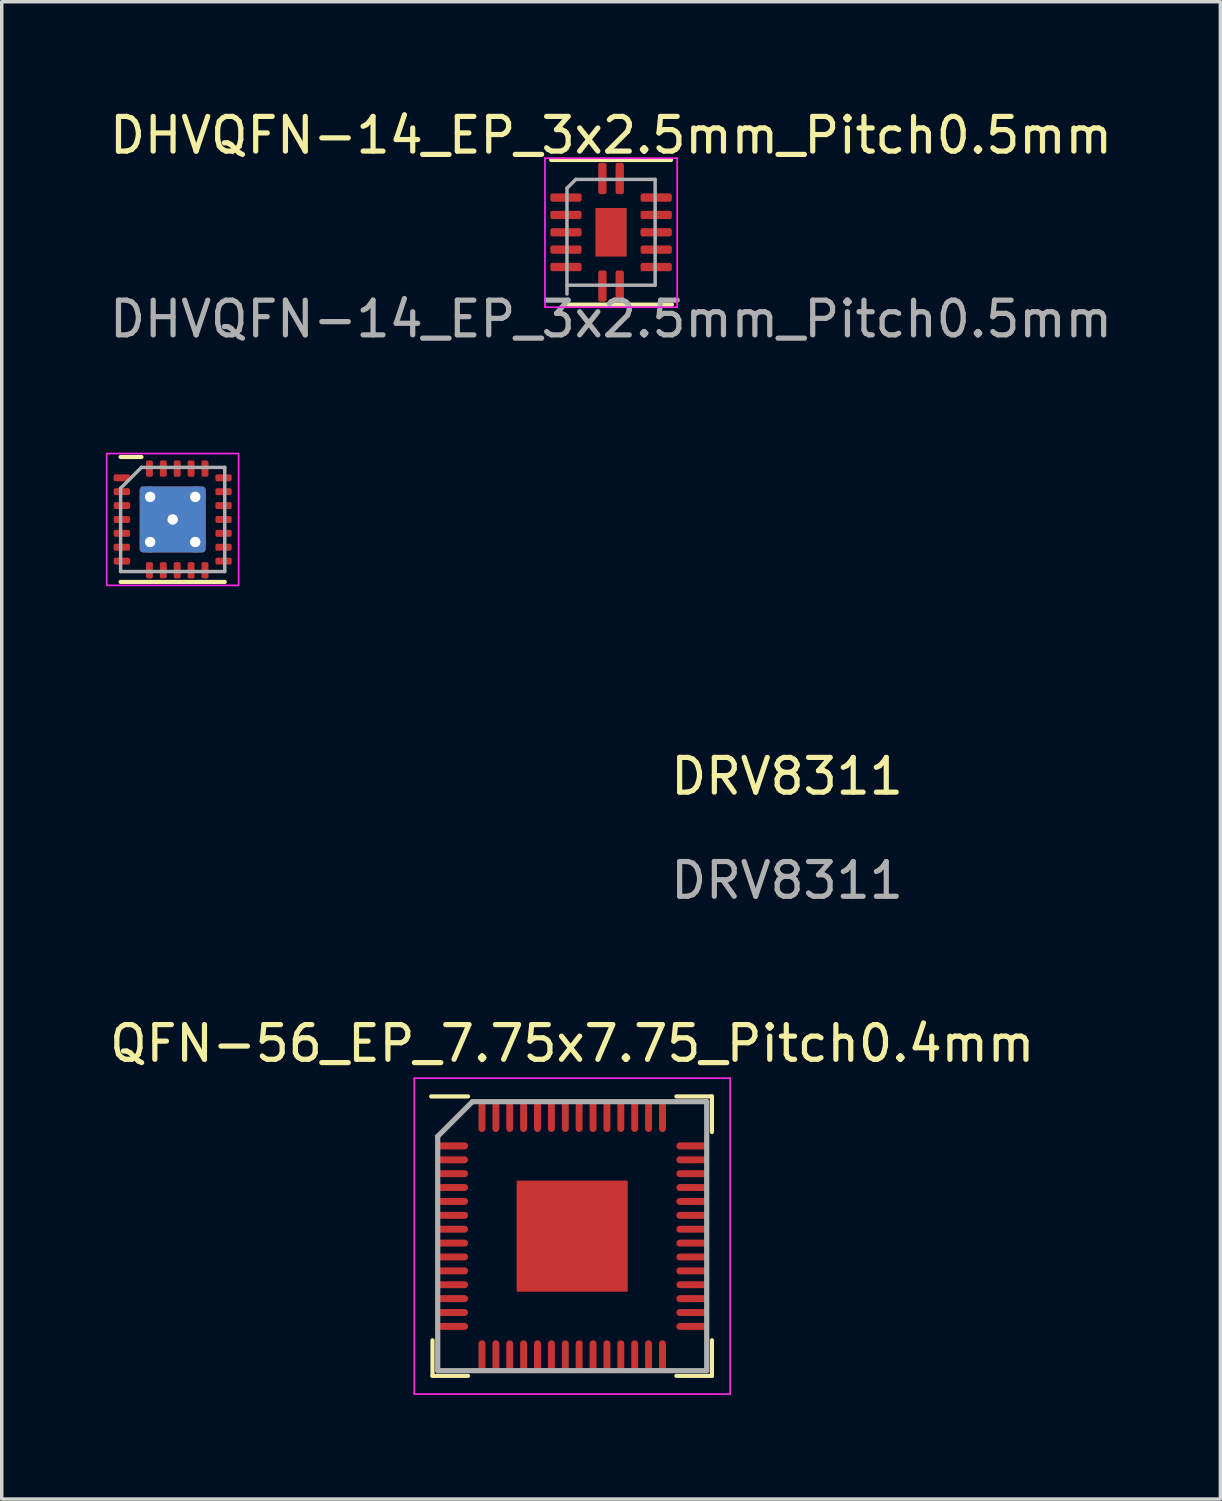
<source format=kicad_pcb>
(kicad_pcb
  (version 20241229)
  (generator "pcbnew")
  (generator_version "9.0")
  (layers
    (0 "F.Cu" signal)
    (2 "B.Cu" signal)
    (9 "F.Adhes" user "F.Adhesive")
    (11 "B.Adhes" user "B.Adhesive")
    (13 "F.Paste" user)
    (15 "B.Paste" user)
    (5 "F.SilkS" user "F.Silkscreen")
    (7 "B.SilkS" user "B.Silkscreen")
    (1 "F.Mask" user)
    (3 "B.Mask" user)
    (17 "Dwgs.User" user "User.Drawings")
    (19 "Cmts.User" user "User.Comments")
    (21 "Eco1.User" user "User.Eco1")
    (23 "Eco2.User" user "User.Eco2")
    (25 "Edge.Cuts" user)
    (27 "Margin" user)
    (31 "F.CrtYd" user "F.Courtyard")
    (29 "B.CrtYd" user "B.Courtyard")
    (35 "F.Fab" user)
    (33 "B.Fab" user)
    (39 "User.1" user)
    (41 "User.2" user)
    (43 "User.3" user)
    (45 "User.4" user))
  (footprint "DRV8311"
    (layer "F.Cu")
    (at 1.925 11.915)
    (property "Reference" "DRV8311" (at 17.7 7.4 0) (unlocked yes) (layer "F.SilkS") (effects (font (size 1 1) (thickness 0.15))))
    (attr smd)
    (fp_line (start -0.9 -1.8) (end -1.5 -1.8) (stroke (width 0.12) (type solid)) (layer "F.SilkS"))
    (fp_line (start 1.5 1.8) (end -1.5 1.8) (stroke (width 0.12) (type solid)) (layer "F.SilkS"))
    (fp_rect (start -1.9 -1.9) (end 1.9 1.9) (stroke (width 0.05) (type solid)) (fill no) (layer "F.CrtYd"))
    (fp_line (start -1.5 -0.9) (end -1.5 1.5) (stroke (width 0.1) (type solid)) (layer "F.Fab"))
    (fp_line (start -1.5 1.5) (end 1.5 1.5) (stroke (width 0.1) (type solid)) (layer "F.Fab"))
    (fp_line (start -0.9 -1.5) (end -1.5 -0.9) (stroke (width 0.1) (type solid)) (layer "F.Fab"))
    (fp_line (start 1.5 -1.5) (end -0.9 -1.5) (stroke (width 0.1) (type solid)) (layer "F.Fab"))
    (fp_line (start 1.5 1.5) (end 1.5 -1.5) (stroke (width 0.1) (type solid)) (layer "F.Fab"))
    (fp_text user "${REFERENCE}" (at 17.7 10.4 0) (unlocked yes) (layer "F.Fab") (effects (font (size 1 1) (thickness 0.15))))
    (pad "1" smd roundrect (at -1.465 -1.2) (size 0.47 0.2) (layers "F.Cu" "F.Mask" "F.Paste") (roundrect_rratio 0.25))
    (pad "2" smd roundrect (at -1.465 -0.8) (size 0.47 0.2) (layers "F.Cu" "F.Mask" "F.Paste") (roundrect_rratio 0.25))
    (pad "3" smd roundrect (at -1.465 -0.4) (size 0.47 0.2) (layers "F.Cu" "F.Mask" "F.Paste") (roundrect_rratio 0.25))
    (pad "4" smd roundrect (at -1.465 0) (size 0.47 0.2) (layers "F.Cu" "F.Mask" "F.Paste") (roundrect_rratio 0.25))
    (pad "5" smd roundrect (at -1.465 0.4) (size 0.47 0.2) (layers "F.Cu" "F.Mask" "F.Paste") (roundrect_rratio 0.25))
    (pad "6" smd roundrect (at -1.465 0.8) (size 0.47 0.2) (layers "F.Cu" "F.Mask" "F.Paste") (roundrect_rratio 0.25))
    (pad "7" smd roundrect (at -1.465 1.2) (size 0.47 0.2) (layers "F.Cu" "F.Mask" "F.Paste") (roundrect_rratio 0.25))
    (pad "8" smd roundrect (at -0.67 1.465 90) (size 0.47 0.2) (layers "F.Cu" "F.Mask" "F.Paste") (roundrect_rratio 0.25))
    (pad "9" smd roundrect (at -0.27 1.465 90) (size 0.47 0.2) (layers "F.Cu" "F.Mask" "F.Paste") (roundrect_rratio 0.25))
    (pad "10" smd roundrect (at 0.13 1.465 90) (size 0.47 0.2) (layers "F.Cu" "F.Mask" "F.Paste") (roundrect_rratio 0.25))
    (pad "11" smd roundrect (at 0.53 1.465 90) (size 0.47 0.2) (layers "F.Cu" "F.Mask" "F.Paste") (roundrect_rratio 0.25))
    (pad "12" smd roundrect (at 0.93 1.465 90) (size 0.47 0.2) (layers "F.Cu" "F.Mask" "F.Paste") (roundrect_rratio 0.25))
    (pad "13" smd roundrect (at 1.465 1.2) (size 0.47 0.2) (layers "F.Cu" "F.Mask" "F.Paste") (roundrect_rratio 0.25))
    (pad "14" smd roundrect (at 1.465 0.8) (size 0.47 0.2) (layers "F.Cu" "F.Mask" "F.Paste") (roundrect_rratio 0.25))
    (pad "15" smd roundrect (at 1.465 0.4) (size 0.47 0.2) (layers "F.Cu" "F.Mask" "F.Paste") (roundrect_rratio 0.25))
    (pad "16" smd roundrect (at 1.465 0) (size 0.47 0.2) (layers "F.Cu" "F.Mask" "F.Paste") (roundrect_rratio 0.25))
    (pad "17" smd roundrect (at 1.465 -0.4) (size 0.47 0.2) (layers "F.Cu" "F.Mask" "F.Paste") (roundrect_rratio 0.25))
    (pad "18" smd roundrect (at 1.465 -0.8) (size 0.47 0.2) (layers "F.Cu" "F.Mask" "F.Paste") (roundrect_rratio 0.25))
    (pad "19" smd roundrect (at 1.465 -1.2) (size 0.47 0.2) (layers "F.Cu" "F.Mask" "F.Paste") (roundrect_rratio 0.25))
    (pad "20" smd roundrect (at 0.93 -1.465 90) (size 0.47 0.2) (layers "F.Cu" "F.Mask" "F.Paste") (roundrect_rratio 0.25))
    (pad "21" smd roundrect (at 0.53 -1.465 90) (size 0.47 0.2) (layers "F.Cu" "F.Mask" "F.Paste") (roundrect_rratio 0.25))
    (pad "22" smd roundrect (at 0.13 -1.465 90) (size 0.47 0.2) (layers "F.Cu" "F.Mask" "F.Paste") (roundrect_rratio 0.25))
    (pad "23" smd roundrect (at -0.27 -1.465 90) (size 0.47 0.2) (layers "F.Cu" "F.Mask" "F.Paste") (roundrect_rratio 0.25))
    (pad "24" smd roundrect (at -0.67 -1.465 90) (size 0.47 0.2) (layers "F.Cu" "F.Mask" "F.Paste") (roundrect_rratio 0.25))
    (pad "25" thru_hole circle (at -0.65 -0.65) (size 0.6 0.6) (drill 0.3) (layers "*.Cu" "*.Mask"))
    (pad "25" thru_hole circle (at -0.65 0.65) (size 0.6 0.6) (drill 0.3) (layers "*.Cu" "*.Mask"))
    (pad "25" thru_hole circle (at 0 0) (size 0.6 0.6) (drill 0.3) (layers "*.Cu" "*.Mask"))
    (pad "25" smd roundrect (at 0 0) (size 1.9 1.9) (layers "F.Cu" "F.Mask" "F.Paste") (roundrect_rratio 0.05))
    (pad "25" smd roundrect (at 0 0) (size 1.9 1.9) (layers "B.Cu") (roundrect_rratio 0.05))
    (pad "25" thru_hole circle (at 0.65 -0.65) (size 0.6 0.6) (drill 0.3) (layers "*.Cu" "*.Mask"))
    (pad "25" thru_hole circle (at 0.65 0.65) (size 0.6 0.6) (drill 0.3) (layers "*.Cu" "*.Mask")))
  (footprint "DHVQFN-14_EP_3x2.5mm_Pitch0.5mm"
    (layer "F.Cu")
    (at 14.554 3.642)
    (property "Reference" "DHVQFN-14_EP_3x2.5mm_Pitch0.5mm" (at 0 -2.794 0) (unlocked yes) (layer "F.SilkS") (effects (font (size 1 1) (thickness 0.15))))
    (attr smd)
    (fp_line (start 1.727 -2.083) (end -1.727 -2.083) (stroke (width 0.12) (type solid)) (layer "F.SilkS"))
    (fp_line (start 1.753 2.083) (end -1.245 2.083) (stroke (width 0.12) (type solid)) (layer "F.SilkS"))
    (fp_line (start -1.905 -2.134) (end 1.905 -2.134) (stroke (width 0.05) (type solid)) (layer "F.CrtYd"))
    (fp_line (start -1.905 2.159) (end -1.905 -2.134) (stroke (width 0.05) (type solid)) (layer "F.CrtYd"))
    (fp_line (start 1.905 -2.134) (end 1.905 2.159) (stroke (width 0.05) (type solid)) (layer "F.CrtYd"))
    (fp_line (start 1.905 2.159) (end -1.905 2.159) (stroke (width 0.05) (type solid)) (layer "F.CrtYd"))
    (fp_line (start -1.27 1.778) (end -1.27 -1.27) (stroke (width 0.1) (type solid)) (layer "F.Fab"))
    (fp_line (start -1.016 -1.524) (end -1.27 -1.27) (stroke (width 0.1) (type solid)) (layer "F.Fab"))
    (fp_line (start -1.016 -1.524) (end 1.27 -1.524) (stroke (width 0.1) (type solid)) (layer "F.Fab"))
    (fp_line (start 1.27 -1.524) (end 1.27 1.524) (stroke (width 0.1) (type solid)) (layer "F.Fab"))
    (fp_line (start 1.27 1.524) (end -1.27 1.524) (stroke (width 0.1) (type solid)) (layer "F.Fab"))
    (fp_text user "${REFERENCE}" (at 0 2.5 0) (unlocked yes) (layer "F.Fab") (effects (font (size 1 1) (thickness 0.15))))
    (pad "1" smd roundrect (at -0.25 -1.55 270) (size 0.9 0.24) (layers "F.Cu" "F.Mask" "F.Paste") (roundrect_rratio 0.25))
    (pad "2" smd roundrect (at -1.3 -1 270) (size 0.24 0.9) (layers "F.Cu" "F.Mask" "F.Paste") (roundrect_rratio 0.25))
    (pad "3" smd roundrect (at -1.3 -0.5 270) (size 0.24 0.9) (layers "F.Cu" "F.Mask" "F.Paste") (roundrect_rratio 0.25))
    (pad "4" smd roundrect (at -1.3 0 270) (size 0.24 0.9) (layers "F.Cu" "F.Mask" "F.Paste") (roundrect_rratio 0.25))
    (pad "5" smd roundrect (at -1.3 0.5 270) (size 0.24 0.9) (layers "F.Cu" "F.Mask" "F.Paste") (roundrect_rratio 0.25))
    (pad "6" smd roundrect (at -1.3 1 270) (size 0.24 0.9) (layers "F.Cu" "F.Mask" "F.Paste") (roundrect_rratio 0.25))
    (pad "7" smd roundrect (at -0.25 1.55 270) (size 0.9 0.24) (layers "F.Cu" "F.Mask" "F.Paste") (roundrect_rratio 0.25))
    (pad "8" smd roundrect (at 0.25 1.55 270) (size 0.9 0.24) (layers "F.Cu" "F.Mask" "F.Paste") (roundrect_rratio 0.25))
    (pad "9" smd roundrect (at 1.3 1 270) (size 0.24 0.9) (layers "F.Cu" "F.Mask" "F.Paste") (roundrect_rratio 0.25))
    (pad "10" smd roundrect (at 1.3 0.5 270) (size 0.24 0.9) (layers "F.Cu" "F.Mask" "F.Paste") (roundrect_rratio 0.25))
    (pad "11" smd roundrect (at 1.3 0 270) (size 0.24 0.9) (layers "F.Cu" "F.Mask" "F.Paste") (roundrect_rratio 0.25))
    (pad "12" smd roundrect (at 1.3 -0.5 270) (size 0.24 0.9) (layers "F.Cu" "F.Mask" "F.Paste") (roundrect_rratio 0.25))
    (pad "13" smd roundrect (at 1.3 -1 270) (size 0.24 0.9) (layers "F.Cu" "F.Mask" "F.Paste") (roundrect_rratio 0.25))
    (pad "14" smd roundrect (at 0.25 -1.55 270) (size 0.9 0.24) (layers "F.Cu" "F.Mask" "F.Paste") (roundrect_rratio 0.25))
    (pad "15" smd rect (at 0 0 270) (size 1.4 0.9) (layers "F.Cu" "F.Mask" "F.Paste")))
  (footprint "QFN-56_EP_7.75x7.75_Pitch0.4mm"
    (layer "F.Cu")
    (at 13.435 32.562)
    (property "Reference" "QFN-56_EP_7.75x7.75_Pitch0.4mm" (at 0 -5.55 0) (layer "F.SilkS") (effects (font (size 1 1) (thickness 0.15))))
    (attr through_hole)
    (fp_line (start -4.025 4.025) (end -4.025 3) (stroke (width 0.12) (type solid)) (layer "F.SilkS"))
    (fp_line (start -3 -4.025) (end -4.064 -4.025) (stroke (width 0.12) (type solid)) (layer "F.SilkS"))
    (fp_line (start -3 4.025) (end -4.025 4.025) (stroke (width 0.12) (type solid)) (layer "F.SilkS"))
    (fp_line (start 3 -4.025) (end 4.025 -4.025) (stroke (width 0.12) (type solid)) (layer "F.SilkS"))
    (fp_line (start 3 4.025) (end 4.025 4.025) (stroke (width 0.12) (type solid)) (layer "F.SilkS"))
    (fp_line (start 4.025 -4.025) (end 4.025 -3) (stroke (width 0.12) (type solid)) (layer "F.SilkS"))
    (fp_line (start 4.025 4.025) (end 4.025 3) (stroke (width 0.12) (type solid)) (layer "F.SilkS"))
    (fp_line (start -4.55 -4.55) (end 4.55 -4.55) (stroke (width 0.05) (type solid)) (layer "F.CrtYd"))
    (fp_line (start -4.55 4.55) (end -4.55 -4.55) (stroke (width 0.05) (type solid)) (layer "F.CrtYd"))
    (fp_line (start 4.55 -4.55) (end 4.55 4.55) (stroke (width 0.05) (type solid)) (layer "F.CrtYd"))
    (fp_line (start 4.55 4.55) (end -4.55 4.55) (stroke (width 0.05) (type solid)) (layer "F.CrtYd"))
    (fp_line (start -3.875 -2.875) (end -3.875 3.875) (stroke (width 0.15) (type solid)) (layer "F.Fab"))
    (fp_line (start -3.875 3.875) (end 3.875 3.875) (stroke (width 0.15) (type solid)) (layer "F.Fab"))
    (fp_line (start -2.875 -3.875) (end -3.875 -2.875) (stroke (width 0.15) (type solid)) (layer "F.Fab"))
    (fp_line (start 3.875 -3.875) (end -2.875 -3.875) (stroke (width 0.15) (type solid)) (layer "F.Fab"))
    (fp_line (start 3.875 3.875) (end 3.875 -3.875) (stroke (width 0.15) (type solid)) (layer "F.Fab"))
    (pad "1" smd oval (at -3.438 -2.6 90) (size 0.2 0.875) (layers "F.Cu" "F.Mask" "F.Paste"))
    (pad "2" smd oval (at -3.438 -2.2 90) (size 0.2 0.875) (layers "F.Cu" "F.Mask" "F.Paste"))
    (pad "3" smd oval (at -3.438 -1.8 90) (size 0.2 0.875) (layers "F.Cu" "F.Mask" "F.Paste"))
    (pad "4" smd oval (at -3.438 -1.4 90) (size 0.2 0.875) (layers "F.Cu" "F.Mask" "F.Paste"))
    (pad "5" smd oval (at -3.438 -1 90) (size 0.2 0.875) (layers "F.Cu" "F.Mask" "F.Paste"))
    (pad "6" smd oval (at -3.438 -0.6 90) (size 0.2 0.875) (layers "F.Cu" "F.Mask" "F.Paste"))
    (pad "7" smd oval (at -3.438 -0.2 90) (size 0.2 0.875) (layers "F.Cu" "F.Mask" "F.Paste"))
    (pad "8" smd oval (at -3.438 0.2 90) (size 0.2 0.875) (layers "F.Cu" "F.Mask" "F.Paste"))
    (pad "9" smd oval (at -3.438 0.6 90) (size 0.2 0.875) (layers "F.Cu" "F.Mask" "F.Paste"))
    (pad "10" smd oval (at -3.438 1 90) (size 0.2 0.875) (layers "F.Cu" "F.Mask" "F.Paste"))
    (pad "11" smd oval (at -3.438 1.4 90) (size 0.2 0.875) (layers "F.Cu" "F.Mask" "F.Paste"))
    (pad "12" smd oval (at -3.438 1.8 90) (size 0.2 0.875) (layers "F.Cu" "F.Mask" "F.Paste"))
    (pad "13" smd oval (at -3.438 2.2 90) (size 0.2 0.875) (layers "F.Cu" "F.Mask" "F.Paste"))
    (pad "14" smd oval (at -3.438 2.6 90) (size 0.2 0.875) (layers "F.Cu" "F.Mask" "F.Paste"))
    (pad "15" smd oval (at -2.6 3.438) (size 0.2 0.875) (layers "F.Cu" "F.Mask" "F.Paste"))
    (pad "16" smd oval (at -2.2 3.438) (size 0.2 0.875) (layers "F.Cu" "F.Mask" "F.Paste"))
    (pad "17" smd oval (at -1.8 3.438) (size 0.2 0.875) (layers "F.Cu" "F.Mask" "F.Paste"))
    (pad "18" smd oval (at -1.4 3.438) (size 0.2 0.875) (layers "F.Cu" "F.Mask" "F.Paste"))
    (pad "19" smd oval (at -1 3.438) (size 0.2 0.875) (layers "F.Cu" "F.Mask" "F.Paste"))
    (pad "20" smd oval (at -0.6 3.438) (size 0.2 0.875) (layers "F.Cu" "F.Mask" "F.Paste"))
    (pad "21" smd oval (at -0.2 3.438) (size 0.2 0.875) (layers "F.Cu" "F.Mask" "F.Paste"))
    (pad "22" smd oval (at 0.2 3.438) (size 0.2 0.875) (layers "F.Cu" "F.Mask" "F.Paste"))
    (pad "23" smd oval (at 0.6 3.438) (size 0.2 0.875) (layers "F.Cu" "F.Mask" "F.Paste"))
    (pad "24" smd oval (at 1 3.438) (size 0.2 0.875) (layers "F.Cu" "F.Mask" "F.Paste"))
    (pad "25" smd oval (at 1.4 3.438) (size 0.2 0.875) (layers "F.Cu" "F.Mask" "F.Paste"))
    (pad "26" smd oval (at 1.8 3.438) (size 0.2 0.875) (layers "F.Cu" "F.Mask" "F.Paste"))
    (pad "27" smd oval (at 2.2 3.438) (size 0.2 0.875) (layers "F.Cu" "F.Mask" "F.Paste"))
    (pad "28" smd oval (at 2.6 3.438) (size 0.2 0.875) (layers "F.Cu" "F.Mask" "F.Paste"))
    (pad "29" smd oval (at 3.438 2.6 90) (size 0.2 0.875) (layers "F.Cu" "F.Mask" "F.Paste"))
    (pad "30" smd oval (at 3.438 2.2 90) (size 0.2 0.875) (layers "F.Cu" "F.Mask" "F.Paste"))
    (pad "31" smd oval (at 3.438 1.8 90) (size 0.2 0.875) (layers "F.Cu" "F.Mask" "F.Paste"))
    (pad "32" smd oval (at 3.438 1.4 90) (size 0.2 0.875) (layers "F.Cu" "F.Mask" "F.Paste"))
    (pad "33" smd oval (at 3.438 1 90) (size 0.2 0.875) (layers "F.Cu" "F.Mask" "F.Paste"))
    (pad "34" smd oval (at 3.438 0.6 90) (size 0.2 0.875) (layers "F.Cu" "F.Mask" "F.Paste"))
    (pad "35" smd oval (at 3.438 0.2 90) (size 0.2 0.875) (layers "F.Cu" "F.Mask" "F.Paste"))
    (pad "36" smd oval (at 3.438 -0.2 90) (size 0.2 0.875) (layers "F.Cu" "F.Mask" "F.Paste"))
    (pad "37" smd oval (at 3.438 -0.6 90) (size 0.2 0.875) (layers "F.Cu" "F.Mask" "F.Paste"))
    (pad "38" smd oval (at 3.438 -1 90) (size 0.2 0.875) (layers "F.Cu" "F.Mask" "F.Paste"))
    (pad "39" smd oval (at 3.438 -1.4 90) (size 0.2 0.875) (layers "F.Cu" "F.Mask" "F.Paste"))
    (pad "40" smd oval (at 3.438 -1.8 90) (size 0.2 0.875) (layers "F.Cu" "F.Mask" "F.Paste"))
    (pad "41" smd oval (at 3.438 -2.2 90) (size 0.2 0.875) (layers "F.Cu" "F.Mask" "F.Paste"))
    (pad "42" smd oval (at 3.438 -2.6 90) (size 0.2 0.875) (layers "F.Cu" "F.Mask" "F.Paste"))
    (pad "43" smd oval (at 2.6 -3.438) (size 0.2 0.875) (layers "F.Cu" "F.Mask" "F.Paste"))
    (pad "44" smd oval (at 2.2 -3.438) (size 0.2 0.875) (layers "F.Cu" "F.Mask" "F.Paste"))
    (pad "45" smd oval (at 1.8 -3.438) (size 0.2 0.875) (layers "F.Cu" "F.Mask" "F.Paste"))
    (pad "46" smd oval (at 1.4 -3.438) (size 0.2 0.875) (layers "F.Cu" "F.Mask" "F.Paste"))
    (pad "47" smd oval (at 1 -3.438) (size 0.2 0.875) (layers "F.Cu" "F.Mask" "F.Paste"))
    (pad "48" smd oval (at 0.6 -3.438) (size 0.2 0.875) (layers "F.Cu" "F.Mask" "F.Paste"))
    (pad "49" smd oval (at 0.2 -3.438) (size 0.2 0.875) (layers "F.Cu" "F.Mask" "F.Paste"))
    (pad "50" smd oval (at -0.2 -3.438) (size 0.2 0.875) (layers "F.Cu" "F.Mask" "F.Paste"))
    (pad "51" smd oval (at -0.6 -3.438) (size 0.2 0.875) (layers "F.Cu" "F.Mask" "F.Paste"))
    (pad "52" smd oval (at -1 -3.438) (size 0.2 0.875) (layers "F.Cu" "F.Mask" "F.Paste"))
    (pad "53" smd oval (at -1.4 -3.438) (size 0.2 0.875) (layers "F.Cu" "F.Mask" "F.Paste"))
    (pad "54" smd oval (at -1.8 -3.438) (size 0.2 0.875) (layers "F.Cu" "F.Mask" "F.Paste"))
    (pad "55" smd oval (at -2.2 -3.438) (size 0.2 0.875) (layers "F.Cu" "F.Mask" "F.Paste"))
    (pad "56" smd oval (at -2.6 -3.438) (size 0.2 0.875) (layers "F.Cu" "F.Mask" "F.Paste"))
    (pad "57" smd rect (at 0 0) (size 3.2 3.2) (layers "F.Cu" "F.Mask" "F.Paste")))
  (gr_rect
    (start -3 -3)
    (end 32.107 40.137)
    (stroke (width 0.1) (type default))
    (fill no)
    (layer "Edge.Cuts")))
</source>
